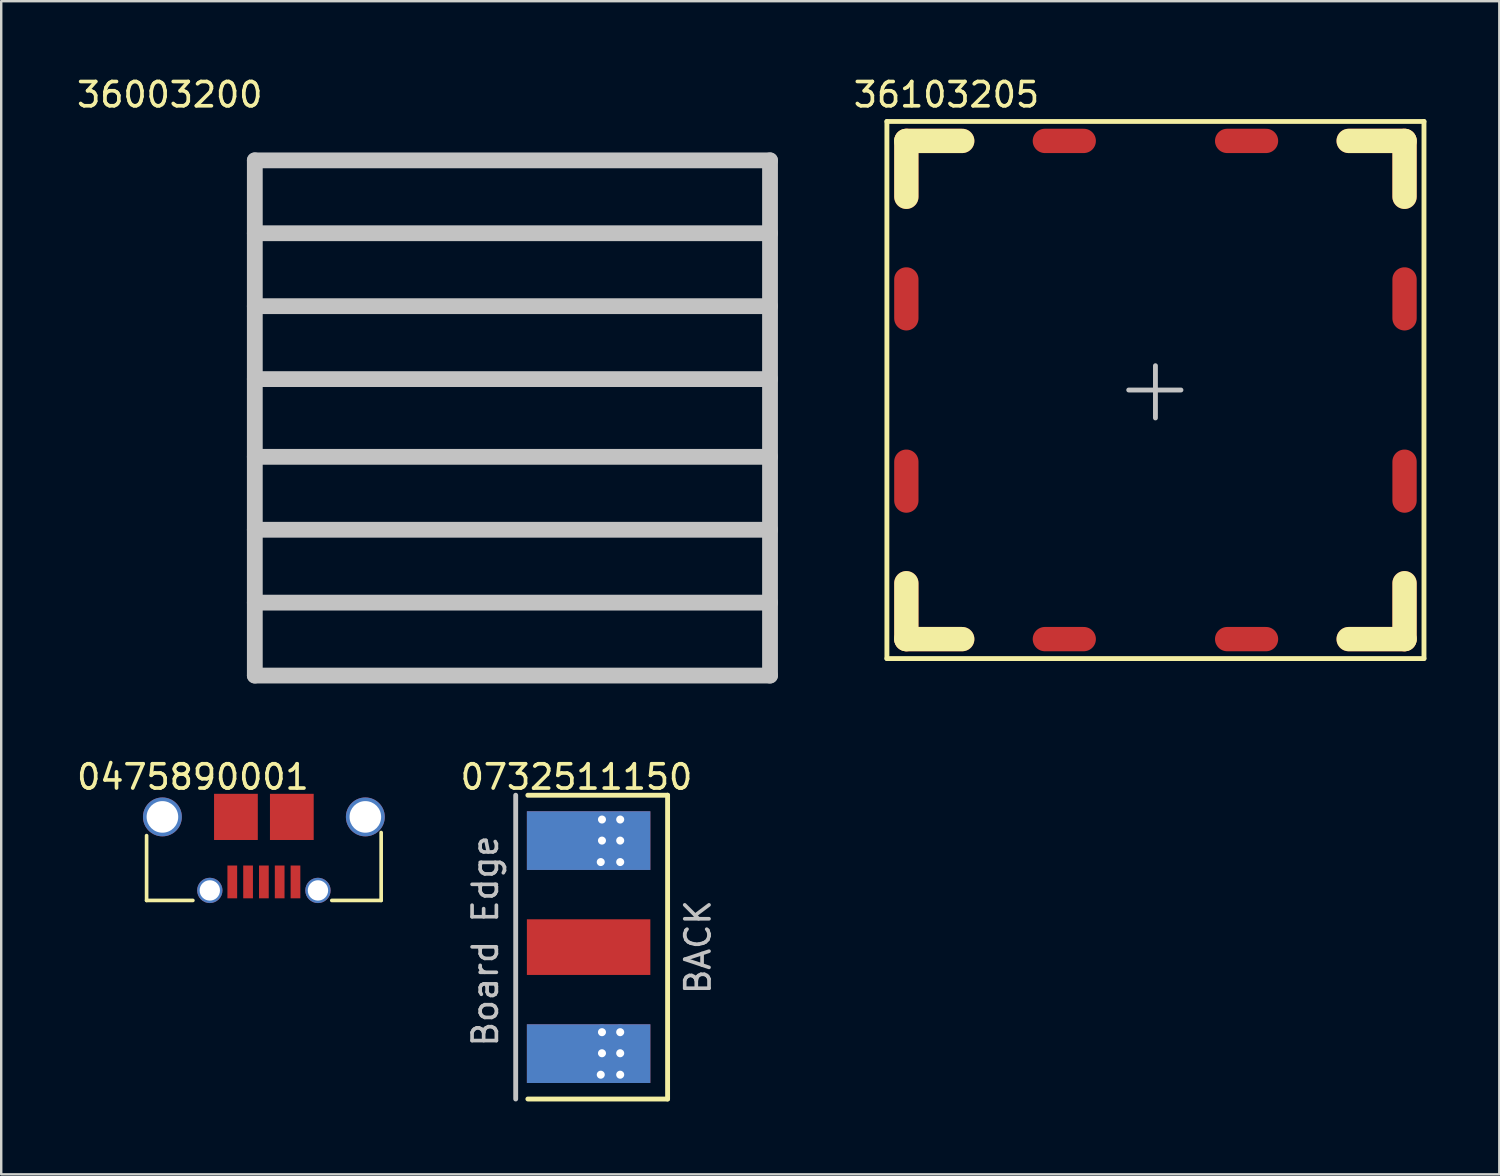
<source format=kicad_pcb>
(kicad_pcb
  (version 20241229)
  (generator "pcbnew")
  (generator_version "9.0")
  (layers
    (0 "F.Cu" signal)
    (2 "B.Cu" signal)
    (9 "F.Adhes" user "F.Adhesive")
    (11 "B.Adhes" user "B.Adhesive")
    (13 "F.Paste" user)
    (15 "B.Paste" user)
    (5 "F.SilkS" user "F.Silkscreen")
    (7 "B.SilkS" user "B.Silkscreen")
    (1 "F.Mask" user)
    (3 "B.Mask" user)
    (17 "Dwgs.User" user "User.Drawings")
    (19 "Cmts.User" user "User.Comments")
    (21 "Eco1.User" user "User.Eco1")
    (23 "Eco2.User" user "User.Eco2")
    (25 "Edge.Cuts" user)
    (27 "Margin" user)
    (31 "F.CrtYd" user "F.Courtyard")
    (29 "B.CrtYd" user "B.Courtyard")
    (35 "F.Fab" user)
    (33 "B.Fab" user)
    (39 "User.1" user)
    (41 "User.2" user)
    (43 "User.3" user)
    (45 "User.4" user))
  (footprint "36003200"
    (layer "F.Cu")
    (at 18.035 14.148)
    (property "Reference" "36003200" (at -14.1 -13.3 0) (layer "F.SilkS") (effects (font (size 1 1) (thickness 0.15))))
    (attr through_hole)
    (fp_line (start -10.6 -10) (end -10.6 -10.6) (stroke (width 0.65) (type solid)) (layer "F.Mask"))
    (fp_line (start -10.6 -8.15) (end -10.6 -7.15) (stroke (width 0.65) (type solid)) (layer "F.Mask"))
    (fp_line (start -10.6 -5.15) (end -10.6 -4.15) (stroke (width 0.65) (type solid)) (layer "F.Mask"))
    (fp_line (start -10.6 -2.15) (end -10.6 -1.15) (stroke (width 0.65) (type solid)) (layer "F.Mask"))
    (fp_line (start -10.6 1) (end -10.6 2) (stroke (width 0.65) (type solid)) (layer "F.Mask"))
    (fp_line (start -10.6 4.05) (end -10.6 5.05) (stroke (width 0.65) (type solid)) (layer "F.Mask"))
    (fp_line (start -10.6 7.05) (end -10.6 8.05) (stroke (width 0.65) (type solid)) (layer "F.Mask"))
    (fp_line (start -10.6 10.1) (end -10.6 10.6) (stroke (width 0.65) (type solid)) (layer "F.Mask"))
    (fp_line (start -10.1 -10.6) (end -10.6 -10.6) (stroke (width 0.65) (type solid)) (layer "F.Mask"))
    (fp_line (start -10.1 10.6) (end -10.6 10.6) (stroke (width 0.65) (type solid)) (layer "F.Mask"))
    (fp_line (start -7.05 -10.6) (end -8.05 -10.6) (stroke (width 0.65) (type solid)) (layer "F.Mask"))
    (fp_line (start -7.05 10.6) (end -8.05 10.6) (stroke (width 0.65) (type solid)) (layer "F.Mask"))
    (fp_line (start -4.05 -10.6) (end -5.05 -10.6) (stroke (width 0.65) (type solid)) (layer "F.Mask"))
    (fp_line (start -4.05 10.6) (end -5.05 10.6) (stroke (width 0.65) (type solid)) (layer "F.Mask"))
    (fp_line (start -1 -10.6) (end -2 -10.6) (stroke (width 0.65) (type solid)) (layer "F.Mask"))
    (fp_line (start -1 10.6) (end -2 10.6) (stroke (width 0.65) (type solid)) (layer "F.Mask"))
    (fp_line (start 2.15 -10.6) (end 1.15 -10.6) (stroke (width 0.65) (type solid)) (layer "F.Mask"))
    (fp_line (start 2.15 10.6) (end 1.15 10.6) (stroke (width 0.65) (type solid)) (layer "F.Mask"))
    (fp_line (start 5.15 -10.6) (end 4.15 -10.6) (stroke (width 0.65) (type solid)) (layer "F.Mask"))
    (fp_line (start 5.15 10.6) (end 4.15 10.6) (stroke (width 0.65) (type solid)) (layer "F.Mask"))
    (fp_line (start 8.15 -10.6) (end 7.15 -10.6) (stroke (width 0.65) (type solid)) (layer "F.Mask"))
    (fp_line (start 8.15 10.6) (end 7.15 10.6) (stroke (width 0.65) (type solid)) (layer "F.Mask"))
    (fp_line (start 10 -10.6) (end 10.6 -10.6) (stroke (width 0.65) (type solid)) (layer "F.Mask"))
    (fp_line (start 10 10.6) (end 10.6 10.6) (stroke (width 0.65) (type solid)) (layer "F.Mask"))
    (fp_line (start 10.6 -10) (end 10.6 -10.6) (stroke (width 0.65) (type solid)) (layer "F.Mask"))
    (fp_line (start 10.6 -8.15) (end 10.6 -7.15) (stroke (width 0.65) (type solid)) (layer "F.Mask"))
    (fp_line (start 10.6 -5.15) (end 10.6 -4.15) (stroke (width 0.65) (type solid)) (layer "F.Mask"))
    (fp_line (start 10.6 -2.15) (end 10.6 -1.15) (stroke (width 0.65) (type solid)) (layer "F.Mask"))
    (fp_line (start 10.6 1) (end 10.6 2) (stroke (width 0.65) (type solid)) (layer "F.Mask"))
    (fp_line (start 10.6 4.05) (end 10.6 5.05) (stroke (width 0.65) (type solid)) (layer "F.Mask"))
    (fp_line (start 10.6 7.05) (end 10.6 8.05) (stroke (width 0.65) (type solid)) (layer "F.Mask"))
    (fp_line (start 10.6 10.1) (end 10.6 10.6) (stroke (width 0.65) (type solid)) (layer "F.Mask"))
    (fp_line (start -10.6 -10.6) (end 10.6 -10.6) (stroke (width 0.65) (type solid)) (layer "Dwgs.User"))
    (fp_line (start -10.6 1.6) (end 10.6 1.6) (stroke (width 0.65) (type solid)) (layer "Dwgs.User"))
    (fp_line (start -10.6 4.6) (end 10.6 4.6) (stroke (width 0.65) (type solid)) (layer "Dwgs.User"))
    (fp_line (start -10.6 7.6) (end 10.6 7.6) (stroke (width 0.65) (type solid)) (layer "Dwgs.User"))
    (fp_line (start -10.6 10.6) (end -10.6 -10.6) (stroke (width 0.65) (type solid)) (layer "Dwgs.User"))
    (fp_line (start -10.6 10.6) (end 10.6 10.6) (stroke (width 0.65) (type solid)) (layer "Dwgs.User"))
    (fp_line (start 10.6 -7.6) (end -10.6 -7.6) (stroke (width 0.65) (type solid)) (layer "Dwgs.User"))
    (fp_line (start 10.6 -4.6) (end -10.6 -4.6) (stroke (width 0.65) (type solid)) (layer "Dwgs.User"))
    (fp_line (start 10.6 -1.6) (end -10.6 -1.6) (stroke (width 0.65) (type solid)) (layer "Dwgs.User"))
    (fp_line (start 10.6 10.6) (end 10.6 -10.6) (stroke (width 0.65) (type solid)) (layer "Dwgs.User")))
  (footprint "36103205"
    (layer "F.Cu")
    (at 44.494 12.998)
    (property "Reference" "36103205" (at -8.6 -12.15 0) (layer "F.SilkS") (effects (font (size 1 1) (thickness 0.15))))
    (attr through_hole)
    (fp_line (start -11.05 -11.05) (end -11.05 11.05) (stroke (width 0.2) (type solid)) (layer "F.SilkS"))
    (fp_line (start 11.05 -11.05) (end -11.05 -11.05) (stroke (width 0.2) (type solid)) (layer "F.SilkS"))
    (fp_line (start 11.05 -11.05) (end 11.05 11.05) (stroke (width 0.2) (type solid)) (layer "F.SilkS"))
    (fp_line (start 11.05 11.05) (end -11.05 11.05) (stroke (width 0.2) (type solid)) (layer "F.SilkS"))
    (fp_line (start -1.1 0) (end 1.05 0) (stroke (width 0.2) (type solid)) (layer "Dwgs.User"))
    (fp_line (start 0 -1) (end 0 1.15) (stroke (width 0.2) (type solid)) (layer "Dwgs.User"))
    (pad "1" smd oval (at -10.25 -9.1 90) (size 3.3 1) (layers "F.Cu" "F.Mask" "F.SilkS" "F.Paste"))
    (pad "1" smd oval (at -10.25 -3.75 90) (size 2.6 1) (layers "F.Cu" "F.Mask" "F.Paste"))
    (pad "1" smd oval (at -10.25 3.75 90) (size 2.6 1) (layers "F.Cu" "F.Mask" "F.Paste"))
    (pad "1" smd oval (at -10.25 9.1 90) (size 3.3 1) (layers "F.Cu" "F.Mask" "F.SilkS" "F.Paste"))
    (pad "1" smd oval (at -9.1 -10.25) (size 3.3 1) (layers "F.Cu" "F.Mask" "F.SilkS" "F.Paste"))
    (pad "1" smd oval (at -9.1 10.25 180) (size 3.3 1) (layers "F.Cu" "F.Mask" "F.SilkS" "F.Paste"))
    (pad "1" smd oval (at -3.75 -10.25) (size 2.6 1) (layers "F.Cu" "F.Mask" "F.Paste"))
    (pad "1" smd oval (at -3.75 10.25 180) (size 2.6 1) (layers "F.Cu" "F.Mask" "F.Paste"))
    (pad "1" smd oval (at 3.75 -10.25) (size 2.6 1) (layers "F.Cu" "F.Mask" "F.Paste"))
    (pad "1" smd oval (at 3.75 10.25 180) (size 2.6 1) (layers "F.Cu" "F.Mask" "F.Paste"))
    (pad "1" smd oval (at 9.1 -10.25) (size 3.3 1) (layers "F.Cu" "F.Mask" "F.SilkS" "F.Paste"))
    (pad "1" smd oval (at 9.1 10.25) (size 3.3 1) (layers "F.Cu" "F.Mask" "F.SilkS" "F.Paste"))
    (pad "1" smd oval (at 10.25 -9.1 270) (size 3.3 1) (layers "F.Cu" "F.Mask" "F.SilkS" "F.Paste"))
    (pad "1" smd oval (at 10.25 -3.75 270) (size 2.6 1) (layers "F.Cu" "F.Mask" "F.Paste"))
    (pad "1" smd oval (at 10.25 3.75 270) (size 2.6 1) (layers "F.Cu" "F.Mask" "F.Paste"))
    (pad "1" smd oval (at 10.25 9.1 270) (size 3.3 1) (layers "F.Cu" "F.Mask" "F.SilkS" "F.Paste")))
  (footprint "0475890001"
    (layer "F.Cu")
    (at 7.808 33.239)
    (property "Reference" "0475890001" (at -2.921 -4.318 0) (layer "F.SilkS") (effects (font (size 1 1) (thickness 0.15))))
    (attr through_hole)
    (fp_line (start -4.826 0.762) (end -4.826 -1.905) (stroke (width 0.15) (type solid)) (layer "F.SilkS"))
    (fp_line (start -2.921 0.762) (end -4.826 0.762) (stroke (width 0.15) (type solid)) (layer "F.SilkS"))
    (fp_line (start 4.826 -2.032) (end 4.826 0.762) (stroke (width 0.15) (type solid)) (layer "F.SilkS"))
    (fp_line (start 4.826 0.762) (end 2.794 0.762) (stroke (width 0.15) (type solid)) (layer "F.SilkS"))
    (pad "1" smd rect (at 1.3 0) (size 0.4 1.35) (layers "F.Cu" "F.Mask" "F.Paste"))
    (pad "2" smd rect (at 0.65 0) (size 0.4 1.35) (layers "F.Cu" "F.Mask" "F.Paste"))
    (pad "3" smd rect (at 0 0) (size 0.4 1.35) (layers "F.Cu" "F.Mask" "F.Paste"))
    (pad "4" smd rect (at -0.65 0) (size 0.4 1.35) (layers "F.Cu" "F.Mask" "F.Paste"))
    (pad "5" smd rect (at -1.3 0) (size 0.4 1.35) (layers "F.Cu" "F.Mask" "F.Paste"))
    (pad "6" thru_hole circle (at -2.225 0.35) (size 1.041 1.041) (drill 0.838) (layers "*.Cu" "*.Mask"))
    (pad "7" thru_hole circle (at 2.225 0.35) (size 1.041 1.041) (drill 0.838) (layers "*.Cu" "*.Mask"))
    (pad "8" smd rect (at -1.15 -2.675) (size 1.8 1.9) (layers "F.Cu" "F.Mask" "F.Paste"))
    (pad "9" smd rect (at 1.15 -2.675) (size 1.8 1.9) (layers "F.Cu" "F.Mask" "F.Paste"))
    (pad "10" thru_hole circle (at -4.175 -2.675) (size 1.6 1.6) (drill 1.3) (layers "*.Cu" "*.Mask"))
    (pad "11" thru_hole circle (at 4.175 -2.675) (size 1.6 1.6) (drill 1.3) (layers "*.Cu" "*.Mask")))
  (footprint "0732511150"
    (layer "F.Cu")
    (at 23.92 35.922)
    (property "Reference" "0732511150" (at -3.25 -7 0) (layer "F.SilkS") (effects (font (size 1 1) (thickness 0.15))))
    (attr through_hole)
    (fp_line (start -5.25 -6.25) (end 0.5 -6.25) (stroke (width 0.2) (type solid)) (layer "F.SilkS"))
    (fp_line (start 0.5 -6.25) (end 0.5 6.25) (stroke (width 0.2) (type solid)) (layer "F.SilkS"))
    (fp_line (start 0.5 6.25) (end -5.25 6.25) (stroke (width 0.2) (type solid)) (layer "F.SilkS"))
    (fp_line (start -5.75 -6.25) (end -5.75 6.25) (stroke (width 0.2) (type solid)) (layer "Dwgs.User"))
    (fp_text user "Board Edge" (at -7 -0.25 90) (layer "Dwgs.User") (effects (font (size 1 1) (thickness 0.15))))
    (fp_text user "BACK" (at 1.75 0 90) (layer "Dwgs.User") (effects (font (size 1 1) (thickness 0.15))))
    (pad "1" smd rect (at -2.75 0 180) (size 5.08 2.29) (layers "F.Cu" "F.Mask" "F.Paste"))
    (pad "2" smd rect (at -2.75 -4.383 180) (size 5.08 2.415) (layers "F.Cu" "F.Mask" "F.Paste"))
    (pad "2" smd rect (at -2.75 -4.383 180) (size 5.08 2.415) (layers "B.Cu" "B.Mask" "F.Paste"))
    (pad "2" smd rect (at -2.75 4.383 180) (size 5.08 2.415) (layers "F.Cu" "F.Mask" "F.Paste"))
    (pad "2" smd rect (at -2.75 4.383 180) (size 5.08 2.415) (layers "B.Cu" "B.Mask" "F.Paste"))
    (pad "2" thru_hole circle (at -2.25 -3.5 180) (size 0.635 0.635) (drill 0.33) (layers "*.Cu" "*.Mask"))
    (pad "2" thru_hole circle (at -2.25 5.25 180) (size 0.635 0.635) (drill 0.33) (layers "*.Cu" "*.Mask"))
    (pad "2" thru_hole circle (at -2.2 -5.25 180) (size 0.635 0.635) (drill 0.33) (layers "*.Cu" "*.Mask"))
    (pad "2" thru_hole circle (at -2.2 -4.383 180) (size 0.635 0.635) (drill 0.33) (layers "*.Cu" "*.Mask"))
    (pad "2" thru_hole circle (at -2.2 3.5 180) (size 0.635 0.635) (drill 0.33) (layers "*.Cu" "*.Mask"))
    (pad "2" thru_hole circle (at -2.2 4.367 180) (size 0.635 0.635) (drill 0.33) (layers "*.Cu" "*.Mask"))
    (pad "2" thru_hole circle (at -1.45 -5.25 180) (size 0.635 0.635) (drill 0.33) (layers "*.Cu" "*.Mask"))
    (pad "2" thru_hole circle (at -1.45 -4.383 180) (size 0.635 0.635) (drill 0.33) (layers "*.Cu" "*.Mask"))
    (pad "2" thru_hole circle (at -1.45 -3.5 180) (size 0.635 0.635) (drill 0.33) (layers "*.Cu" "*.Mask"))
    (pad "2" thru_hole circle (at -1.45 3.5 180) (size 0.635 0.635) (drill 0.33) (layers "*.Cu" "*.Mask"))
    (pad "2" thru_hole circle (at -1.45 4.367 180) (size 0.635 0.635) (drill 0.33) (layers "*.Cu" "*.Mask"))
    (pad "2" thru_hole circle (at -1.45 5.25 180) (size 0.635 0.635) (drill 0.33) (layers "*.Cu" "*.Mask")))
  (gr_rect
    (start -3 -3)
    (end 58.644 45.272)
    (stroke (width 0.1) (type default))
    (fill no)
    (layer "Edge.Cuts")))
</source>
